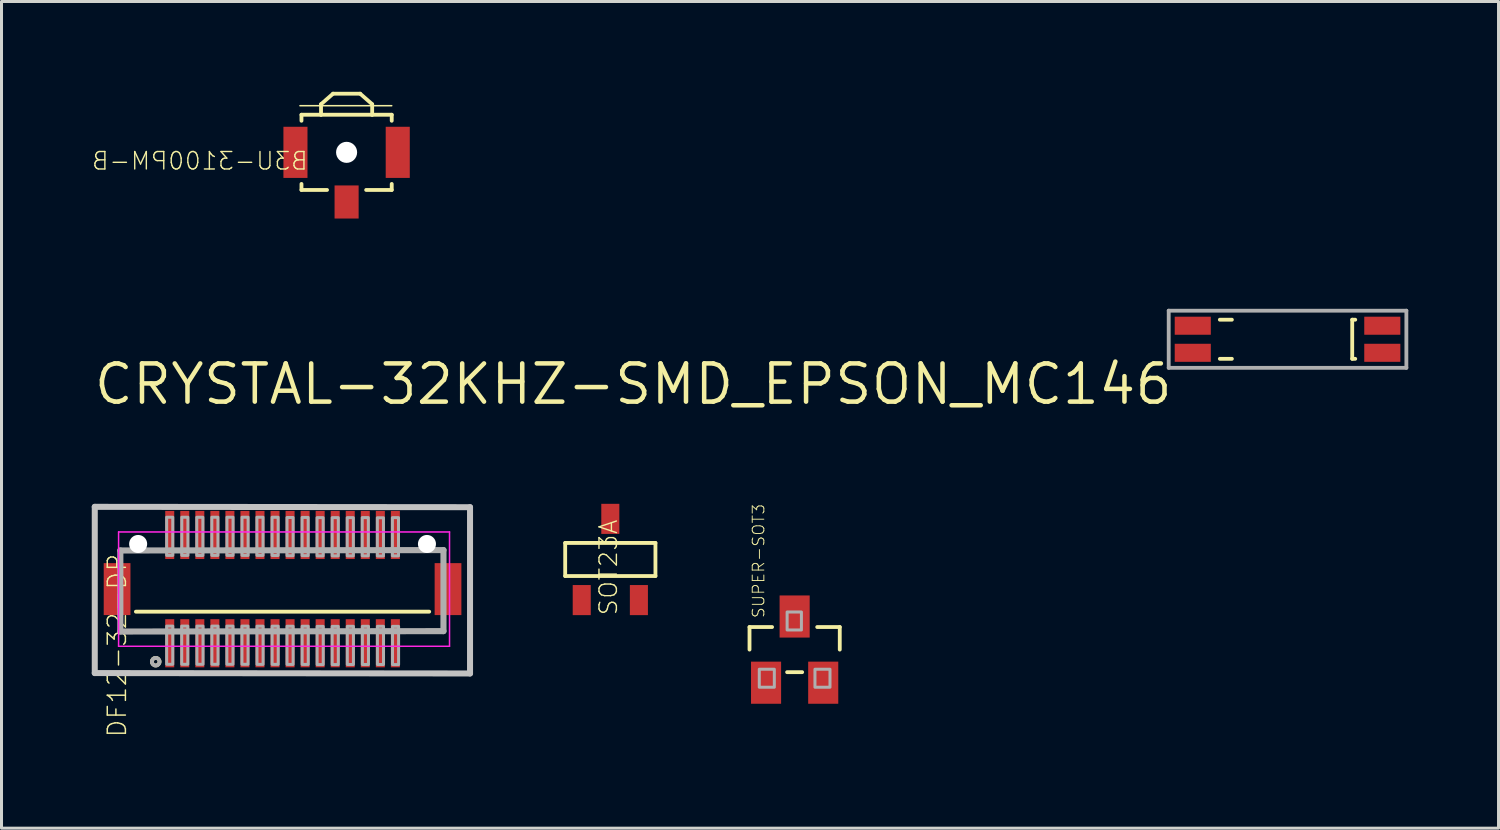
<source format=kicad_pcb>
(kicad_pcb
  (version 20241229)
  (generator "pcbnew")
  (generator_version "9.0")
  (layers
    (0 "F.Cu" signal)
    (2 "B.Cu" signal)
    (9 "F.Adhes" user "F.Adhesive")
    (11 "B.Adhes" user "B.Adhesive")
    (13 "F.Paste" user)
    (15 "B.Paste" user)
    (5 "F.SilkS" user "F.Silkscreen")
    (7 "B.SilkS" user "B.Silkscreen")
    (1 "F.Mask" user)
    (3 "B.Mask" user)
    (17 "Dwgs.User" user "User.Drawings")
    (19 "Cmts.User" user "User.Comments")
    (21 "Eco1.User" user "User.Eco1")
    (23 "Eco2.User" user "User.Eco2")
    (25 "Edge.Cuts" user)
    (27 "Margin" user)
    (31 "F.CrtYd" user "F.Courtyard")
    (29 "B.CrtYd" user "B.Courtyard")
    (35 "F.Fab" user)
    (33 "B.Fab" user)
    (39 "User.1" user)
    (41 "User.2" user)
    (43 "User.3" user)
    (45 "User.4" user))
  (footprint "SOT23A"
    (layer "F.Cu")
    (at 17.237 15.597)
    (property "Reference" "SOT23A" (at 0.275 1.845 270) (layer "F.SilkS") (effects (font (size 0.579 0.579) (thickness 0.046)) (justify left bottom)))
    (attr through_hole)
    (fp_line (start -1.5 -0.6) (end -1.5 0.5) (stroke (width 0.127) (type solid)) (layer "F.SilkS"))
    (fp_line (start -1.5 0.5) (end 1.5 0.5) (stroke (width 0.127) (type solid)) (layer "F.SilkS"))
    (fp_line (start 1.5 -0.6) (end -1.5 -0.6) (stroke (width 0.127) (type solid)) (layer "F.SilkS"))
    (fp_line (start 1.5 0.5) (end 1.5 -0.6) (stroke (width 0.127) (type solid)) (layer "F.SilkS"))
    (pad "1" smd rect (at -0.95 1.3 90) (size 1 0.6) (layers "F.Cu" "F.Mask" "F.Paste"))
    (pad "2" smd rect (at 0.95 1.3 90) (size 1 0.6) (layers "F.Cu" "F.Mask" "F.Paste"))
    (pad "3" smd rect (at 0 -1.4 90) (size 1 0.6) (layers "F.Cu" "F.Mask" "F.Paste")))
  (footprint "B3U-3100PM-B"
    (layer "F.Cu")
    (at 8.471 2.014)
    (property "Reference" "B3U-3100PM-B" (at -1.25 0.625 180) (layer "F.SilkS") (effects (font (size 0.579 0.579) (thickness 0.046)) (justify left bottom mirror)))
    (attr through_hole)
    (fp_line (start -1.55 -1.55) (end 1.5 -1.55) (stroke (width 0.05) (type solid)) (layer "F.SilkS"))
    (fp_line (start -1.5 -1.25) (end -1.5 -1.05) (stroke (width 0.127) (type solid)) (layer "F.SilkS"))
    (fp_line (start -1.5 -1.25) (end -0.85 -1.25) (stroke (width 0.127) (type solid)) (layer "F.SilkS"))
    (fp_line (start -1.5 1.25) (end -1.5 1.05) (stroke (width 0.127) (type solid)) (layer "F.SilkS"))
    (fp_line (start -1.5 1.25) (end -0.65 1.25) (stroke (width 0.127) (type solid)) (layer "F.SilkS"))
    (fp_line (start -0.85 -1.6) (end -0.45 -1.95) (stroke (width 0.127) (type solid)) (layer "F.SilkS"))
    (fp_line (start -0.85 -1.25) (end -0.85 -1.6) (stroke (width 0.127) (type solid)) (layer "F.SilkS"))
    (fp_line (start -0.85 -1.25) (end 0.85 -1.25) (stroke (width 0.127) (type solid)) (layer "F.SilkS"))
    (fp_line (start -0.45 -1.95) (end 0.45 -1.95) (stroke (width 0.127) (type solid)) (layer "F.SilkS"))
    (fp_line (start 0.45 -1.95) (end 0.85 -1.6) (stroke (width 0.127) (type solid)) (layer "F.SilkS"))
    (fp_line (start 0.65 1.25) (end 1.5 1.25) (stroke (width 0.127) (type solid)) (layer "F.SilkS"))
    (fp_line (start 0.85 -1.6) (end 0.85 -1.25) (stroke (width 0.127) (type solid)) (layer "F.SilkS"))
    (fp_line (start 0.85 -1.25) (end 1.5 -1.25) (stroke (width 0.127) (type solid)) (layer "F.SilkS"))
    (fp_line (start 1.5 -1.25) (end 1.5 -1.05) (stroke (width 0.127) (type solid)) (layer "F.SilkS"))
    (fp_line (start 1.5 1.25) (end 1.5 1.05) (stroke (width 0.127) (type solid)) (layer "F.SilkS"))
    (pad "" np_thru_hole circle (at 0 0) (size 0.7 0.7) (drill 0.7) (layers "*.Cu" "*.Mask"))
    (pad "1" smd rect (at -1.7 0) (size 0.8 1.7) (layers "F.Cu" "F.Mask" "F.Paste"))
    (pad "2" smd rect (at 1.7 0) (size 0.8 1.7) (layers "F.Cu" "F.Mask" "F.Paste"))
    (pad "GND" smd rect (at 0 1.65) (size 0.8 1.1) (layers "F.Cu" "F.Mask" "F.Paste")))
  (footprint "SUPER-SOT3"
    (layer "F.Cu")
    (at 23.364 18.543)
    (property "Reference" "SUPER-SOT3" (at -0.975 -1.025 270) (layer "F.SilkS") (effects (font (size 0.386 0.386) (thickness 0.031)) (justify left bottom)))
    (attr through_hole)
    (fp_line (start -1.5 -0.75) (end -0.75 -0.75) (stroke (width 0.127) (type solid)) (layer "F.SilkS"))
    (fp_line (start -1.5 0) (end -1.5 -0.75) (stroke (width 0.127) (type solid)) (layer "F.SilkS"))
    (fp_line (start -0.25 0.75) (end 0.25 0.75) (stroke (width 0.127) (type solid)) (layer "F.SilkS"))
    (fp_line (start 0.75 -0.75) (end 1.5 -0.75) (stroke (width 0.127) (type solid)) (layer "F.SilkS"))
    (fp_line (start 1.5 -0.75) (end 1.5 0) (stroke (width 0.127) (type solid)) (layer "F.SilkS"))
    (fp_poly (pts (xy -1.175 1.25) (xy -0.675 1.25) (xy -0.675 0.653) (xy -1.175 0.653)) (stroke (width 0.1) (type solid)) (fill no) (layer "F.Fab"))
    (fp_poly (pts (xy 0.225 -1.25) (xy -0.25 -1.25) (xy -0.25 -0.653) (xy 0.225 -0.653)) (stroke (width 0.1) (type solid)) (fill no) (layer "F.Fab"))
    (fp_poly (pts (xy 0.675 1.25) (xy 1.175 1.25) (xy 1.175 0.653) (xy 0.675 0.653)) (stroke (width 0.1) (type solid)) (fill no) (layer "F.Fab"))
    (pad "1" smd rect (at -0.95 1.1) (size 1 1.4) (layers "F.Cu" "F.Mask" "F.Paste"))
    (pad "2" smd rect (at 0.95 1.1) (size 1 1.4) (layers "F.Cu" "F.Mask" "F.Paste"))
    (pad "3" smd rect (at 0 -1.1) (size 1 1.4) (layers "F.Cu" "F.Mask" "F.Paste")))
  (footprint "CRYSTAL-32KHZ-SMD_EPSON_MC146"
    (layer "F.Cu")
    (at 35.998 8.977)
    (property "Reference" "CRYSTAL-32KHZ-SMD_EPSON_MC146" (at 0 0 0) (layer "F.SilkS") (effects (font (size 1.27 1.27) (thickness 0.15)) (justify right top)))
    (attr through_hole)
    (fp_line (start 1.5 -1.4) (end 1.9 -1.4) (stroke (width 0.127) (type solid)) (layer "F.SilkS"))
    (fp_line (start 1.5 -0.1) (end 1.9 -0.1) (stroke (width 0.127) (type solid)) (layer "F.SilkS"))
    (fp_line (start 5.9 -1.4) (end 5.9 -0.1) (stroke (width 0.127) (type solid)) (layer "F.SilkS"))
    (fp_line (start 5.9 -0.1) (end 6 -0.1) (stroke (width 0.127) (type solid)) (layer "F.SilkS"))
    (fp_line (start 6 -1.4) (end 5.9 -1.4) (stroke (width 0.127) (type solid)) (layer "F.SilkS"))
    (fp_line (start -0.2 -1.7) (end -0.2 0.2) (stroke (width 0.127) (type solid)) (layer "F.Fab"))
    (fp_line (start -0.2 0.2) (end 7.7 0.2) (stroke (width 0.127) (type solid)) (layer "F.Fab"))
    (fp_line (start 7.7 -1.7) (end -0.2 -1.7) (stroke (width 0.127) (type solid)) (layer "F.Fab"))
    (fp_line (start 7.7 0.2) (end 7.7 -1.7) (stroke (width 0.127) (type solid)) (layer "F.Fab"))
    (pad "NC1" smd rect (at 6.9 -1.2) (size 1.2 0.6) (layers "F.Cu" "F.Mask" "F.Paste"))
    (pad "NC2" smd rect (at 6.9 -0.3) (size 1.2 0.6) (layers "F.Cu" "F.Mask" "F.Paste"))
    (pad "P$1" smd rect (at 0.6 -0.3) (size 1.2 0.6) (layers "F.Cu" "F.Mask" "F.Paste"))
    (pad "P$2" smd rect (at 0.6 -1.2) (size 1.2 0.6) (layers "F.Cu" "F.Mask" "F.Paste")))
  (footprint "DF12-32-DP"
    (layer "F.Cu")
    (at 6.342 16.532)
    (property "Reference" "DF12-32-DP" (at -5.5 1.875 270) (layer "F.SilkS") (effects (font (size 0.603 0.603) (thickness 0.048))))
    (attr through_hole)
    (fp_line (start -4.875 0.75) (end 4.875 0.75) (stroke (width 0.127) (type solid)) (layer "F.SilkS"))
    (fp_circle (center -4.216 2.413) (end -4.089 2.413) (stroke (width 0.127) (type solid)) (fill no) (layer "F.SilkS"))
    (fp_poly (pts (xy -3.862 -1.207) (xy -3.642 -1.207) (xy -3.642 -2.507) (xy -3.862 -2.507)) (stroke (width 0) (type solid)) (fill yes) (layer "F.Paste"))
    (fp_poly (pts (xy -3.862 2.503) (xy -3.642 2.503) (xy -3.642 1.203) (xy -3.862 1.203)) (stroke (width 0) (type solid)) (fill yes) (layer "F.Paste"))
    (fp_poly (pts (xy -3.362 -1.207) (xy -3.142 -1.207) (xy -3.142 -2.507) (xy -3.362 -2.507)) (stroke (width 0) (type solid)) (fill yes) (layer "F.Paste"))
    (fp_poly (pts (xy -3.362 2.503) (xy -3.142 2.503) (xy -3.142 1.203) (xy -3.362 1.203)) (stroke (width 0) (type solid)) (fill yes) (layer "F.Paste"))
    (fp_poly (pts (xy -2.862 -1.207) (xy -2.642 -1.207) (xy -2.642 -2.507) (xy -2.862 -2.507)) (stroke (width 0) (type solid)) (fill yes) (layer "F.Paste"))
    (fp_poly (pts (xy -2.862 2.503) (xy -2.642 2.503) (xy -2.642 1.203) (xy -2.862 1.203)) (stroke (width 0) (type solid)) (fill yes) (layer "F.Paste"))
    (fp_poly (pts (xy -2.362 -1.207) (xy -2.142 -1.207) (xy -2.142 -2.507) (xy -2.362 -2.507)) (stroke (width 0) (type solid)) (fill yes) (layer "F.Paste"))
    (fp_poly (pts (xy -2.362 2.503) (xy -2.142 2.503) (xy -2.142 1.203) (xy -2.362 1.203)) (stroke (width 0) (type solid)) (fill yes) (layer "F.Paste"))
    (fp_poly (pts (xy -1.862 -1.207) (xy -1.642 -1.207) (xy -1.642 -2.507) (xy -1.862 -2.507)) (stroke (width 0) (type solid)) (fill yes) (layer "F.Paste"))
    (fp_poly (pts (xy -1.862 2.503) (xy -1.642 2.503) (xy -1.642 1.203) (xy -1.862 1.203)) (stroke (width 0) (type solid)) (fill yes) (layer "F.Paste"))
    (fp_poly (pts (xy -1.362 -1.207) (xy -1.142 -1.207) (xy -1.142 -2.507) (xy -1.362 -2.507)) (stroke (width 0) (type solid)) (fill yes) (layer "F.Paste"))
    (fp_poly (pts (xy -1.362 2.503) (xy -1.142 2.503) (xy -1.142 1.203) (xy -1.362 1.203)) (stroke (width 0) (type solid)) (fill yes) (layer "F.Paste"))
    (fp_poly (pts (xy -0.862 -1.207) (xy -0.642 -1.207) (xy -0.642 -2.507) (xy -0.862 -2.507)) (stroke (width 0) (type solid)) (fill yes) (layer "F.Paste"))
    (fp_poly (pts (xy -0.862 2.503) (xy -0.642 2.503) (xy -0.642 1.203) (xy -0.862 1.203)) (stroke (width 0) (type solid)) (fill yes) (layer "F.Paste"))
    (fp_poly (pts (xy -0.362 -1.207) (xy -0.142 -1.207) (xy -0.142 -2.507) (xy -0.362 -2.507)) (stroke (width 0) (type solid)) (fill yes) (layer "F.Paste"))
    (fp_poly (pts (xy -0.362 2.503) (xy -0.142 2.503) (xy -0.142 1.203) (xy -0.362 1.203)) (stroke (width 0) (type solid)) (fill yes) (layer "F.Paste"))
    (fp_poly (pts (xy 0.138 -1.207) (xy 0.358 -1.207) (xy 0.358 -2.507) (xy 0.138 -2.507)) (stroke (width 0) (type solid)) (fill yes) (layer "F.Paste"))
    (fp_poly (pts (xy 0.138 2.503) (xy 0.358 2.503) (xy 0.358 1.203) (xy 0.138 1.203)) (stroke (width 0) (type solid)) (fill yes) (layer "F.Paste"))
    (fp_poly (pts (xy 0.638 -1.207) (xy 0.858 -1.207) (xy 0.858 -2.507) (xy 0.638 -2.507)) (stroke (width 0) (type solid)) (fill yes) (layer "F.Paste"))
    (fp_poly (pts (xy 0.648 2.503) (xy 0.868 2.503) (xy 0.868 1.203) (xy 0.648 1.203)) (stroke (width 0) (type solid)) (fill yes) (layer "F.Paste"))
    (fp_poly (pts (xy 1.138 -1.207) (xy 1.358 -1.207) (xy 1.358 -2.507) (xy 1.138 -2.507)) (stroke (width 0) (type solid)) (fill yes) (layer "F.Paste"))
    (fp_poly (pts (xy 1.138 2.503) (xy 1.358 2.503) (xy 1.358 1.203) (xy 1.138 1.203)) (stroke (width 0) (type solid)) (fill yes) (layer "F.Paste"))
    (fp_poly (pts (xy 1.638 -1.207) (xy 1.858 -1.207) (xy 1.858 -2.507) (xy 1.638 -2.507)) (stroke (width 0) (type solid)) (fill yes) (layer "F.Paste"))
    (fp_poly (pts (xy 1.638 2.503) (xy 1.858 2.503) (xy 1.858 1.203) (xy 1.638 1.203)) (stroke (width 0) (type solid)) (fill yes) (layer "F.Paste"))
    (fp_poly (pts (xy 2.138 -1.207) (xy 2.358 -1.207) (xy 2.358 -2.507) (xy 2.138 -2.507)) (stroke (width 0) (type solid)) (fill yes) (layer "F.Paste"))
    (fp_poly (pts (xy 2.138 2.503) (xy 2.358 2.503) (xy 2.358 1.203) (xy 2.138 1.203)) (stroke (width 0) (type solid)) (fill yes) (layer "F.Paste"))
    (fp_poly (pts (xy 2.638 -1.207) (xy 2.858 -1.207) (xy 2.858 -2.507) (xy 2.638 -2.507)) (stroke (width 0) (type solid)) (fill yes) (layer "F.Paste"))
    (fp_poly (pts (xy 2.638 2.503) (xy 2.858 2.503) (xy 2.858 1.203) (xy 2.638 1.203)) (stroke (width 0) (type solid)) (fill yes) (layer "F.Paste"))
    (fp_poly (pts (xy 3.138 2.503) (xy 3.358 2.503) (xy 3.358 1.203) (xy 3.138 1.203)) (stroke (width 0) (type solid)) (fill yes) (layer "F.Paste"))
    (fp_poly (pts (xy 3.148 -1.207) (xy 3.368 -1.207) (xy 3.368 -2.507) (xy 3.148 -2.507)) (stroke (width 0) (type solid)) (fill yes) (layer "F.Paste"))
    (fp_poly (pts (xy 3.638 -1.207) (xy 3.858 -1.207) (xy 3.858 -2.507) (xy 3.638 -2.507)) (stroke (width 0) (type solid)) (fill yes) (layer "F.Paste"))
    (fp_poly (pts (xy 3.638 2.503) (xy 3.858 2.503) (xy 3.858 1.203) (xy 3.638 1.203)) (stroke (width 0) (type solid)) (fill yes) (layer "F.Paste"))
    (fp_line (start -6.242 -2.735) (end 6.232 -2.723) (stroke (width 0.2) (type solid)) (layer "Dwgs.User"))
    (fp_line (start -6.242 2.791) (end -6.242 -2.735) (stroke (width 0.2) (type solid)) (layer "Dwgs.User"))
    (fp_line (start 6.232 -2.723) (end 6.232 2.804) (stroke (width 0.2) (type solid)) (layer "Dwgs.User"))
    (fp_line (start 6.232 2.804) (end -6.242 2.791) (stroke (width 0.2) (type solid)) (layer "Dwgs.User"))
    (fp_line (start -5.45 -1.9) (end -5.45 1.9) (stroke (width 0.05) (type solid)) (layer "F.CrtYd"))
    (fp_line (start -5.45 -1.9) (end 5.55 -1.9) (stroke (width 0.05) (type solid)) (layer "F.CrtYd"))
    (fp_line (start -5.45 1.9) (end 5.55 1.9) (stroke (width 0.05) (type solid)) (layer "F.CrtYd"))
    (fp_line (start 5.55 -1.9) (end 5.55 1.9) (stroke (width 0.05) (type solid)) (layer "F.CrtYd"))
    (fp_line (start -5.392 -1.284) (end 5.349 -1.297) (stroke (width 0.203) (type solid)) (layer "F.Fab"))
    (fp_line (start -5.392 1.41) (end -5.392 -1.284) (stroke (width 0.203) (type solid)) (layer "F.Fab"))
    (fp_line (start 5.349 -1.297) (end 5.349 1.397) (stroke (width 0.203) (type solid)) (layer "F.Fab"))
    (fp_line (start 5.349 1.397) (end -5.392 1.41) (stroke (width 0.203) (type solid)) (layer "F.Fab"))
    (fp_circle (center -4.216 2.413) (end -4.089 2.413) (stroke (width 0.127) (type solid)) (fill no) (layer "F.Fab"))
    (fp_poly (pts (xy -3.649 -1.12) (xy -3.649 -2.39) (xy -3.852 -2.39) (xy -3.852 -1.12)) (stroke (width 0.1) (type solid)) (fill no) (layer "F.Fab"))
    (fp_poly (pts (xy -3.649 2.499) (xy -3.649 1.229) (xy -3.852 1.229) (xy -3.852 2.499)) (stroke (width 0.1) (type solid)) (fill no) (layer "F.Fab"))
    (fp_poly (pts (xy -3.149 2.499) (xy -3.149 1.229) (xy -3.352 1.229) (xy -3.352 2.499)) (stroke (width 0.1) (type solid)) (fill no) (layer "F.Fab"))
    (fp_poly (pts (xy -3.146 -1.12) (xy -3.146 -2.39) (xy -3.349 -2.39) (xy -3.349 -1.12)) (stroke (width 0.1) (type solid)) (fill no) (layer "F.Fab"))
    (fp_poly (pts (xy -2.648 -1.118) (xy -2.648 -2.388) (xy -2.851 -2.388) (xy -2.851 -1.118)) (stroke (width 0.1) (type solid)) (fill no) (layer "F.Fab"))
    (fp_poly (pts (xy -2.643 2.499) (xy -2.643 1.229) (xy -2.846 1.229) (xy -2.846 2.499)) (stroke (width 0.1) (type solid)) (fill no) (layer "F.Fab"))
    (fp_poly (pts (xy -2.148 -1.12) (xy -2.148 -2.39) (xy -2.351 -2.39) (xy -2.351 -1.12)) (stroke (width 0.1) (type solid)) (fill no) (layer "F.Fab"))
    (fp_poly (pts (xy -2.145 2.499) (xy -2.145 1.229) (xy -2.349 1.229) (xy -2.349 2.499)) (stroke (width 0.1) (type solid)) (fill no) (layer "F.Fab"))
    (fp_poly (pts (xy -1.647 2.499) (xy -1.647 1.229) (xy -1.851 1.229) (xy -1.851 2.499)) (stroke (width 0.1) (type solid)) (fill no) (layer "F.Fab"))
    (fp_poly (pts (xy -1.645 -1.12) (xy -1.645 -2.39) (xy -1.848 -2.39) (xy -1.848 -1.12)) (stroke (width 0.1) (type solid)) (fill no) (layer "F.Fab"))
    (fp_poly (pts (xy -1.147 2.499) (xy -1.147 1.229) (xy -1.35 1.229) (xy -1.35 2.499)) (stroke (width 0.1) (type solid)) (fill no) (layer "F.Fab"))
    (fp_poly (pts (xy -1.145 -1.12) (xy -1.145 -2.39) (xy -1.348 -2.39) (xy -1.348 -1.12)) (stroke (width 0.1) (type solid)) (fill no) (layer "F.Fab"))
    (fp_poly (pts (xy -0.649 -1.12) (xy -0.649 -2.39) (xy -0.852 -2.39) (xy -0.852 -1.12)) (stroke (width 0.1) (type solid)) (fill no) (layer "F.Fab"))
    (fp_poly (pts (xy -0.647 2.502) (xy -0.647 1.232) (xy -0.85 1.232) (xy -0.85 2.502)) (stroke (width 0.1) (type solid)) (fill no) (layer "F.Fab"))
    (fp_poly (pts (xy -0.146 -1.118) (xy -0.146 -2.388) (xy -0.349 -2.388) (xy -0.349 -1.118)) (stroke (width 0.1) (type solid)) (fill no) (layer "F.Fab"))
    (fp_poly (pts (xy -0.144 2.502) (xy -0.144 1.232) (xy -0.347 1.232) (xy -0.347 2.502)) (stroke (width 0.1) (type solid)) (fill no) (layer "F.Fab"))
    (fp_poly (pts (xy 0.351 -1.11) (xy 0.351 -2.38) (xy 0.148 -2.38) (xy 0.148 -1.11)) (stroke (width 0.1) (type solid)) (fill no) (layer "F.Fab"))
    (fp_poly (pts (xy 0.351 2.504) (xy 0.351 1.234) (xy 0.148 1.234) (xy 0.148 2.504)) (stroke (width 0.1) (type solid)) (fill no) (layer "F.Fab"))
    (fp_poly (pts (xy 0.852 -1.113) (xy 0.852 -2.382) (xy 0.649 -2.382) (xy 0.649 -1.113)) (stroke (width 0.1) (type solid)) (fill no) (layer "F.Fab"))
    (fp_poly (pts (xy 0.854 2.504) (xy 0.854 1.234) (xy 0.651 1.234) (xy 0.651 2.504)) (stroke (width 0.1) (type solid)) (fill no) (layer "F.Fab"))
    (fp_poly (pts (xy 1.35 -1.105) (xy 1.35 -2.375) (xy 1.147 -2.375) (xy 1.147 -1.105)) (stroke (width 0.1) (type solid)) (fill no) (layer "F.Fab"))
    (fp_poly (pts (xy 1.352 2.509) (xy 1.352 1.239) (xy 1.149 1.239) (xy 1.149 2.509)) (stroke (width 0.1) (type solid)) (fill no) (layer "F.Fab"))
    (fp_poly (pts (xy 1.853 -1.105) (xy 1.853 -2.375) (xy 1.649 -2.375) (xy 1.649 -1.105)) (stroke (width 0.1) (type solid)) (fill no) (layer "F.Fab"))
    (fp_poly (pts (xy 1.853 2.509) (xy 1.853 1.239) (xy 1.649 1.239) (xy 1.649 2.509)) (stroke (width 0.1) (type solid)) (fill no) (layer "F.Fab"))
    (fp_poly (pts (xy 2.353 -1.105) (xy 2.353 -2.375) (xy 2.15 -2.375) (xy 2.15 -1.105)) (stroke (width 0.1) (type solid)) (fill no) (layer "F.Fab"))
    (fp_poly (pts (xy 2.356 2.507) (xy 2.356 1.237) (xy 2.152 1.237) (xy 2.152 2.507)) (stroke (width 0.1) (type solid)) (fill no) (layer "F.Fab"))
    (fp_poly (pts (xy 2.851 -1.107) (xy 2.851 -2.377) (xy 2.648 -2.377) (xy 2.648 -1.107)) (stroke (width 0.1) (type solid)) (fill no) (layer "F.Fab"))
    (fp_poly (pts (xy 2.856 2.507) (xy 2.856 1.237) (xy 2.653 1.237) (xy 2.653 2.507)) (stroke (width 0.1) (type solid)) (fill no) (layer "F.Fab"))
    (fp_poly (pts (xy 3.354 -1.102) (xy 3.354 -2.372) (xy 3.151 -2.372) (xy 3.151 -1.102)) (stroke (width 0.1) (type solid)) (fill no) (layer "F.Fab"))
    (fp_poly (pts (xy 3.356 2.507) (xy 3.356 1.237) (xy 3.153 1.237) (xy 3.153 2.507)) (stroke (width 0.1) (type solid)) (fill no) (layer "F.Fab"))
    (fp_poly (pts (xy 3.854 -1.105) (xy 3.854 -2.375) (xy 3.651 -2.375) (xy 3.651 -1.105)) (stroke (width 0.1) (type solid)) (fill no) (layer "F.Fab"))
    (fp_poly (pts (xy 3.857 2.509) (xy 3.857 1.239) (xy 3.654 1.239) (xy 3.654 2.509)) (stroke (width 0.1) (type solid)) (fill no) (layer "F.Fab"))
    (pad "" np_thru_hole circle (at -4.8 -1.5) (size 0.6 0.6) (drill 0.6) (layers "*.Cu" "*.Mask"))
    (pad "" np_thru_hole circle (at 4.8 -1.5) (size 0.6 0.6) (drill 0.6) (layers "*.Cu" "*.Mask"))
    (pad "1" smd rect (at -3.75 1.8) (size 0.3 1.6) (layers "F.Cu" "F.Mask"))
    (pad "2" smd rect (at -3.75 -1.8) (size 0.3 1.6) (layers "F.Cu" "F.Mask"))
    (pad "3" smd rect (at -3.25 1.8) (size 0.3 1.6) (layers "F.Cu" "F.Mask"))
    (pad "4" smd rect (at -3.25 -1.8) (size 0.3 1.6) (layers "F.Cu" "F.Mask"))
    (pad "5" smd rect (at -2.75 1.8) (size 0.3 1.6) (layers "F.Cu" "F.Mask"))
    (pad "6" smd rect (at -2.75 -1.8) (size 0.3 1.6) (layers "F.Cu" "F.Mask"))
    (pad "7" smd rect (at -2.25 1.8) (size 0.3 1.6) (layers "F.Cu" "F.Mask"))
    (pad "8" smd rect (at -2.25 -1.8) (size 0.3 1.6) (layers "F.Cu" "F.Mask"))
    (pad "9" smd rect (at -1.75 1.8) (size 0.3 1.6) (layers "F.Cu" "F.Mask"))
    (pad "10" smd rect (at -1.75 -1.8) (size 0.3 1.6) (layers "F.Cu" "F.Mask"))
    (pad "11" smd rect (at -1.25 1.8) (size 0.3 1.6) (layers "F.Cu" "F.Mask"))
    (pad "12" smd rect (at -1.25 -1.8) (size 0.3 1.6) (layers "F.Cu" "F.Mask"))
    (pad "13" smd rect (at -0.75 1.8) (size 0.3 1.6) (layers "F.Cu" "F.Mask"))
    (pad "14" smd rect (at -0.75 -1.8) (size 0.3 1.6) (layers "F.Cu" "F.Mask"))
    (pad "15" smd rect (at -0.25 1.8) (size 0.3 1.6) (layers "F.Cu" "F.Mask"))
    (pad "16" smd rect (at -0.25 -1.8) (size 0.3 1.6) (layers "F.Cu" "F.Mask"))
    (pad "17" smd rect (at 0.25 1.8) (size 0.3 1.6) (layers "F.Cu" "F.Mask"))
    (pad "18" smd rect (at 0.25 -1.8) (size 0.3 1.6) (layers "F.Cu" "F.Mask"))
    (pad "19" smd rect (at 0.75 1.8) (size 0.3 1.6) (layers "F.Cu" "F.Mask"))
    (pad "20" smd rect (at 0.75 -1.8) (size 0.3 1.6) (layers "F.Cu" "F.Mask"))
    (pad "21" smd rect (at 1.25 1.8) (size 0.3 1.6) (layers "F.Cu" "F.Mask"))
    (pad "22" smd rect (at 1.25 -1.8) (size 0.3 1.6) (layers "F.Cu" "F.Mask"))
    (pad "23" smd rect (at 1.75 1.8) (size 0.3 1.6) (layers "F.Cu" "F.Mask"))
    (pad "24" smd rect (at 1.75 -1.8) (size 0.3 1.6) (layers "F.Cu" "F.Mask"))
    (pad "25" smd rect (at 2.25 1.8) (size 0.3 1.6) (layers "F.Cu" "F.Mask"))
    (pad "26" smd rect (at 2.25 -1.8) (size 0.3 1.6) (layers "F.Cu" "F.Mask"))
    (pad "27" smd rect (at 2.75 1.8) (size 0.3 1.6) (layers "F.Cu" "F.Mask"))
    (pad "28" smd rect (at 2.75 -1.8) (size 0.3 1.6) (layers "F.Cu" "F.Mask"))
    (pad "29" smd rect (at 3.25 1.8) (size 0.3 1.6) (layers "F.Cu" "F.Mask"))
    (pad "30" smd rect (at 3.25 -1.8) (size 0.3 1.6) (layers "F.Cu" "F.Mask"))
    (pad "31" smd rect (at 3.75 1.8) (size 0.3 1.6) (layers "F.Cu" "F.Mask"))
    (pad "32" smd rect (at 3.75 -1.8) (size 0.3 1.6) (layers "F.Cu" "F.Mask"))
    (pad "F1" smd rect (at -5.5 0) (size 0.889 1.727) (layers "F.Cu" "F.Mask" "F.Paste"))
    (pad "F2" smd rect (at 5.5 0) (size 0.889 1.727) (layers "F.Cu" "F.Mask" "F.Paste")))
  (gr_rect
    (start -3 -3)
    (end 46.761 24.479)
    (stroke (width 0.1) (type default))
    (fill no)
    (layer "Edge.Cuts")))
</source>
